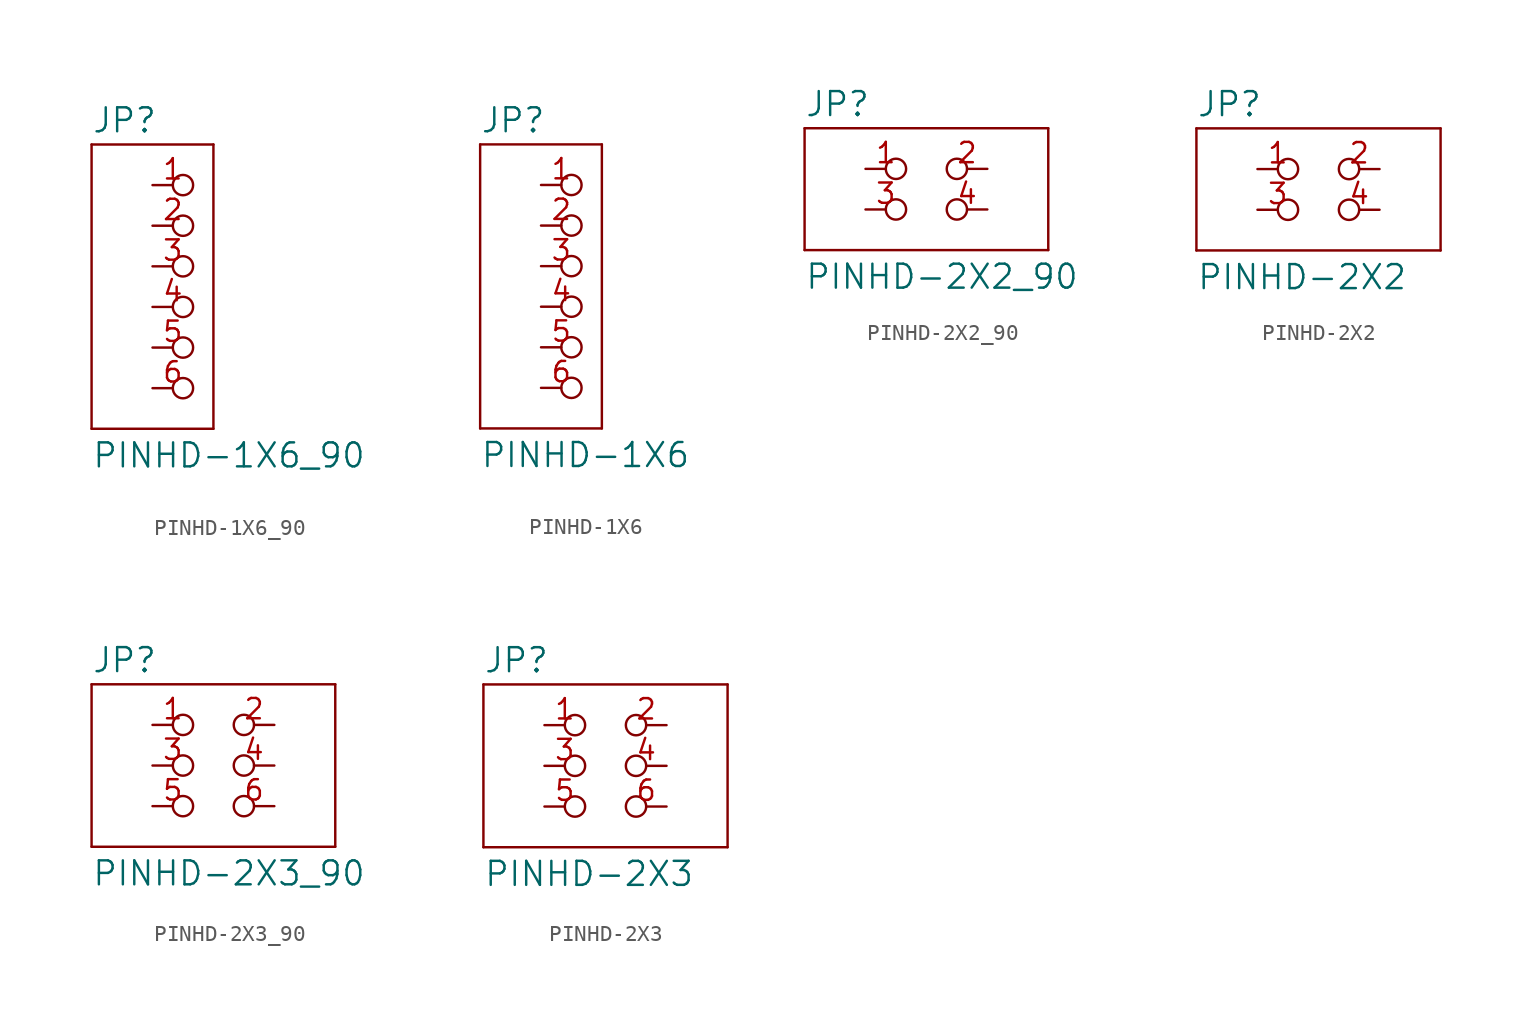
<source format=kicad_sym>
(kicad_symbol_lib
  (version 20211014)
  (generator kicad_symbol_editor)
  (symbol "PINHD-1X6_90"
    (pin_names
      (offset 1.016))
    (property "Reference" "JP"
      (at -6.35 10.795 0)
      (effects (font (size 1.499 1.499)) (justify left bottom)))
    (property "Value" "PINHD-1X6_90"
      (at -6.35 -10.16 0)
      (effects (font (size 1.499 1.499)) (justify left bottom)))
    (property "ki_locked" ""
      (at 0 0 0)
      (effects (font (size 1.27 1.27))))
    (symbol "PINHD-1X6_90_1_0"
      (polyline (pts (xy -6.35 -7.62) (xy 1.27 -7.62)) (stroke (width 0) (type default) (color 0 0 0 0)) (fill (type none)))
      (polyline (pts (xy -6.35 10.16) (xy -6.35 -7.62)) (stroke (width 0) (type default) (color 0 0 0 0)) (fill (type none)))
      (polyline (pts (xy 1.27 -7.62) (xy 1.27 10.16)) (stroke (width 0) (type default) (color 0 0 0 0)) (fill (type none)))
      (polyline (pts (xy 1.27 10.16) (xy -6.35 10.16)) (stroke (width 0) (type default) (color 0 0 0 0)) (fill (type none)))
      (pin passive inverted (at -2.54 7.62 0) (length 2.54) (name "1" (effects (font (size 0 0)))) (number "1" (effects (font (size 1.27 1.27)))))
      (pin passive inverted (at -2.54 5.08 0) (length 2.54) (name "2" (effects (font (size 0 0)))) (number "2" (effects (font (size 1.27 1.27)))))
      (pin passive inverted (at -2.54 2.54 0) (length 2.54) (name "3" (effects (font (size 0 0)))) (number "3" (effects (font (size 1.27 1.27)))))
      (pin passive inverted (at -2.54 0 0) (length 2.54) (name "4" (effects (font (size 0 0)))) (number "4" (effects (font (size 1.27 1.27)))))
      (pin passive inverted (at -2.54 -2.54 0) (length 2.54) (name "5" (effects (font (size 0 0)))) (number "5" (effects (font (size 1.27 1.27)))))
      (pin passive inverted (at -2.54 -5.08 0) (length 2.54) (name "6" (effects (font (size 0 0)))) (number "6" (effects (font (size 1.27 1.27)))))))
  (symbol "PINHD-1X6"
    (pin_names
      (offset 1.016))
    (property "Reference" "JP"
      (at -6.35 10.795 0)
      (effects (font (size 1.499 1.499)) (justify left bottom)))
    (property "Value" "PINHD-1X6"
      (at -6.35 -10.16 0)
      (effects (font (size 1.499 1.499)) (justify left bottom)))
    (property "ki_locked" ""
      (at 0 0 0)
      (effects (font (size 1.27 1.27))))
    (symbol "PINHD-1X6_1_0"
      (polyline (pts (xy -6.35 -7.62) (xy 1.27 -7.62)) (stroke (width 0) (type default) (color 0 0 0 0)) (fill (type none)))
      (polyline (pts (xy -6.35 10.16) (xy -6.35 -7.62)) (stroke (width 0) (type default) (color 0 0 0 0)) (fill (type none)))
      (polyline (pts (xy 1.27 -7.62) (xy 1.27 10.16)) (stroke (width 0) (type default) (color 0 0 0 0)) (fill (type none)))
      (polyline (pts (xy 1.27 10.16) (xy -6.35 10.16)) (stroke (width 0) (type default) (color 0 0 0 0)) (fill (type none)))
      (pin passive inverted (at -2.54 7.62 0) (length 2.54) (name "1" (effects (font (size 0 0)))) (number "1" (effects (font (size 1.27 1.27)))))
      (pin passive inverted (at -2.54 5.08 0) (length 2.54) (name "2" (effects (font (size 0 0)))) (number "2" (effects (font (size 1.27 1.27)))))
      (pin passive inverted (at -2.54 2.54 0) (length 2.54) (name "3" (effects (font (size 0 0)))) (number "3" (effects (font (size 1.27 1.27)))))
      (pin passive inverted (at -2.54 0 0) (length 2.54) (name "4" (effects (font (size 0 0)))) (number "4" (effects (font (size 1.27 1.27)))))
      (pin passive inverted (at -2.54 -2.54 0) (length 2.54) (name "5" (effects (font (size 0 0)))) (number "5" (effects (font (size 1.27 1.27)))))
      (pin passive inverted (at -2.54 -5.08 0) (length 2.54) (name "6" (effects (font (size 0 0)))) (number "6" (effects (font (size 1.27 1.27)))))))
  (symbol "PINHD-2X2_90"
    (pin_names
      (offset 1.016))
    (property "Reference" "JP"
      (at -8.89 5.715 0)
      (effects (font (size 1.499 1.499)) (justify left bottom)))
    (property "Value" "PINHD-2X2_90"
      (at -8.89 -5.08 0)
      (effects (font (size 1.499 1.499)) (justify left bottom)))
    (property "ki_locked" ""
      (at 0 0 0)
      (effects (font (size 1.27 1.27))))
    (symbol "PINHD-2X2_90_1_0"
      (polyline (pts (xy -8.89 -2.54) (xy 6.35 -2.54)) (stroke (width 0) (type default) (color 0 0 0 0)) (fill (type none)))
      (polyline (pts (xy -8.89 5.08) (xy -8.89 -2.54)) (stroke (width 0) (type default) (color 0 0 0 0)) (fill (type none)))
      (polyline (pts (xy 6.35 -2.54) (xy 6.35 5.08)) (stroke (width 0) (type default) (color 0 0 0 0)) (fill (type none)))
      (polyline (pts (xy 6.35 5.08) (xy -8.89 5.08)) (stroke (width 0) (type default) (color 0 0 0 0)) (fill (type none)))
      (pin passive inverted (at -5.08 2.54 0) (length 2.54) (name "1" (effects (font (size 0 0)))) (number "1" (effects (font (size 1.27 1.27)))))
      (pin passive inverted (at 2.54 2.54 180) (length 2.54) (name "2" (effects (font (size 0 0)))) (number "2" (effects (font (size 1.27 1.27)))))
      (pin passive inverted (at -5.08 0 0) (length 2.54) (name "3" (effects (font (size 0 0)))) (number "3" (effects (font (size 1.27 1.27)))))
      (pin passive inverted (at 2.54 0 180) (length 2.54) (name "4" (effects (font (size 0 0)))) (number "4" (effects (font (size 1.27 1.27)))))))
  (symbol "PINHD-2X2"
    (pin_names
      (offset 1.016))
    (property "Reference" "JP"
      (at -8.89 5.715 0)
      (effects (font (size 1.499 1.499)) (justify left bottom)))
    (property "Value" "PINHD-2X2"
      (at -8.89 -5.08 0)
      (effects (font (size 1.499 1.499)) (justify left bottom)))
    (property "ki_locked" ""
      (at 0 0 0)
      (effects (font (size 1.27 1.27))))
    (symbol "PINHD-2X2_1_0"
      (polyline (pts (xy -8.89 -2.54) (xy 6.35 -2.54)) (stroke (width 0) (type default) (color 0 0 0 0)) (fill (type none)))
      (polyline (pts (xy -8.89 5.08) (xy -8.89 -2.54)) (stroke (width 0) (type default) (color 0 0 0 0)) (fill (type none)))
      (polyline (pts (xy 6.35 -2.54) (xy 6.35 5.08)) (stroke (width 0) (type default) (color 0 0 0 0)) (fill (type none)))
      (polyline (pts (xy 6.35 5.08) (xy -8.89 5.08)) (stroke (width 0) (type default) (color 0 0 0 0)) (fill (type none)))
      (pin passive inverted (at -5.08 2.54 0) (length 2.54) (name "1" (effects (font (size 0 0)))) (number "1" (effects (font (size 1.27 1.27)))))
      (pin passive inverted (at 2.54 2.54 180) (length 2.54) (name "2" (effects (font (size 0 0)))) (number "2" (effects (font (size 1.27 1.27)))))
      (pin passive inverted (at -5.08 0 0) (length 2.54) (name "3" (effects (font (size 0 0)))) (number "3" (effects (font (size 1.27 1.27)))))
      (pin passive inverted (at 2.54 0 180) (length 2.54) (name "4" (effects (font (size 0 0)))) (number "4" (effects (font (size 1.27 1.27)))))))
  (symbol "PINHD-2X3_90"
    (pin_names
      (offset 1.016))
    (property "Reference" "JP"
      (at -6.35 5.715 0)
      (effects (font (size 1.499 1.499)) (justify left bottom)))
    (property "Value" "PINHD-2X3_90"
      (at -6.35 -7.62 0)
      (effects (font (size 1.499 1.499)) (justify left bottom)))
    (property "ki_locked" ""
      (at 0 0 0)
      (effects (font (size 1.27 1.27))))
    (symbol "PINHD-2X3_90_1_0"
      (polyline (pts (xy -6.35 -5.08) (xy 8.89 -5.08)) (stroke (width 0) (type default) (color 0 0 0 0)) (fill (type none)))
      (polyline (pts (xy -6.35 5.08) (xy -6.35 -5.08)) (stroke (width 0) (type default) (color 0 0 0 0)) (fill (type none)))
      (polyline (pts (xy 8.89 -5.08) (xy 8.89 5.08)) (stroke (width 0) (type default) (color 0 0 0 0)) (fill (type none)))
      (polyline (pts (xy 8.89 5.08) (xy -6.35 5.08)) (stroke (width 0) (type default) (color 0 0 0 0)) (fill (type none)))
      (pin passive inverted (at -2.54 2.54 0) (length 2.54) (name "1" (effects (font (size 0 0)))) (number "1" (effects (font (size 1.27 1.27)))))
      (pin passive inverted (at 5.08 2.54 180) (length 2.54) (name "2" (effects (font (size 0 0)))) (number "2" (effects (font (size 1.27 1.27)))))
      (pin passive inverted (at -2.54 0 0) (length 2.54) (name "3" (effects (font (size 0 0)))) (number "3" (effects (font (size 1.27 1.27)))))
      (pin passive inverted (at 5.08 0 180) (length 2.54) (name "4" (effects (font (size 0 0)))) (number "4" (effects (font (size 1.27 1.27)))))
      (pin passive inverted (at -2.54 -2.54 0) (length 2.54) (name "5" (effects (font (size 0 0)))) (number "5" (effects (font (size 1.27 1.27)))))
      (pin passive inverted (at 5.08 -2.54 180) (length 2.54) (name "6" (effects (font (size 0 0)))) (number "6" (effects (font (size 1.27 1.27)))))))
  (symbol "PINHD-2X3"
    (pin_names
      (offset 1.016))
    (property "Reference" "JP"
      (at -6.35 5.715 0)
      (effects (font (size 1.499 1.499)) (justify left bottom)))
    (property "Value" "PINHD-2X3"
      (at -6.35 -7.62 0)
      (effects (font (size 1.499 1.499)) (justify left bottom)))
    (property "ki_locked" ""
      (at 0 0 0)
      (effects (font (size 1.27 1.27))))
    (symbol "PINHD-2X3_1_0"
      (polyline (pts (xy -6.35 -5.08) (xy 8.89 -5.08)) (stroke (width 0) (type default) (color 0 0 0 0)) (fill (type none)))
      (polyline (pts (xy -6.35 5.08) (xy -6.35 -5.08)) (stroke (width 0) (type default) (color 0 0 0 0)) (fill (type none)))
      (polyline (pts (xy 8.89 -5.08) (xy 8.89 5.08)) (stroke (width 0) (type default) (color 0 0 0 0)) (fill (type none)))
      (polyline (pts (xy 8.89 5.08) (xy -6.35 5.08)) (stroke (width 0) (type default) (color 0 0 0 0)) (fill (type none)))
      (pin passive inverted (at -2.54 2.54 0) (length 2.54) (name "1" (effects (font (size 0 0)))) (number "1" (effects (font (size 1.27 1.27)))))
      (pin passive inverted (at 5.08 2.54 180) (length 2.54) (name "2" (effects (font (size 0 0)))) (number "2" (effects (font (size 1.27 1.27)))))
      (pin passive inverted (at -2.54 0 0) (length 2.54) (name "3" (effects (font (size 0 0)))) (number "3" (effects (font (size 1.27 1.27)))))
      (pin passive inverted (at 5.08 0 180) (length 2.54) (name "4" (effects (font (size 0 0)))) (number "4" (effects (font (size 1.27 1.27)))))
      (pin passive inverted (at -2.54 -2.54 0) (length 2.54) (name "5" (effects (font (size 0 0)))) (number "5" (effects (font (size 1.27 1.27)))))
      (pin passive inverted (at 5.08 -2.54 180) (length 2.54) (name "6" (effects (font (size 0 0)))) (number "6" (effects (font (size 1.27 1.27))))))))
</source>
